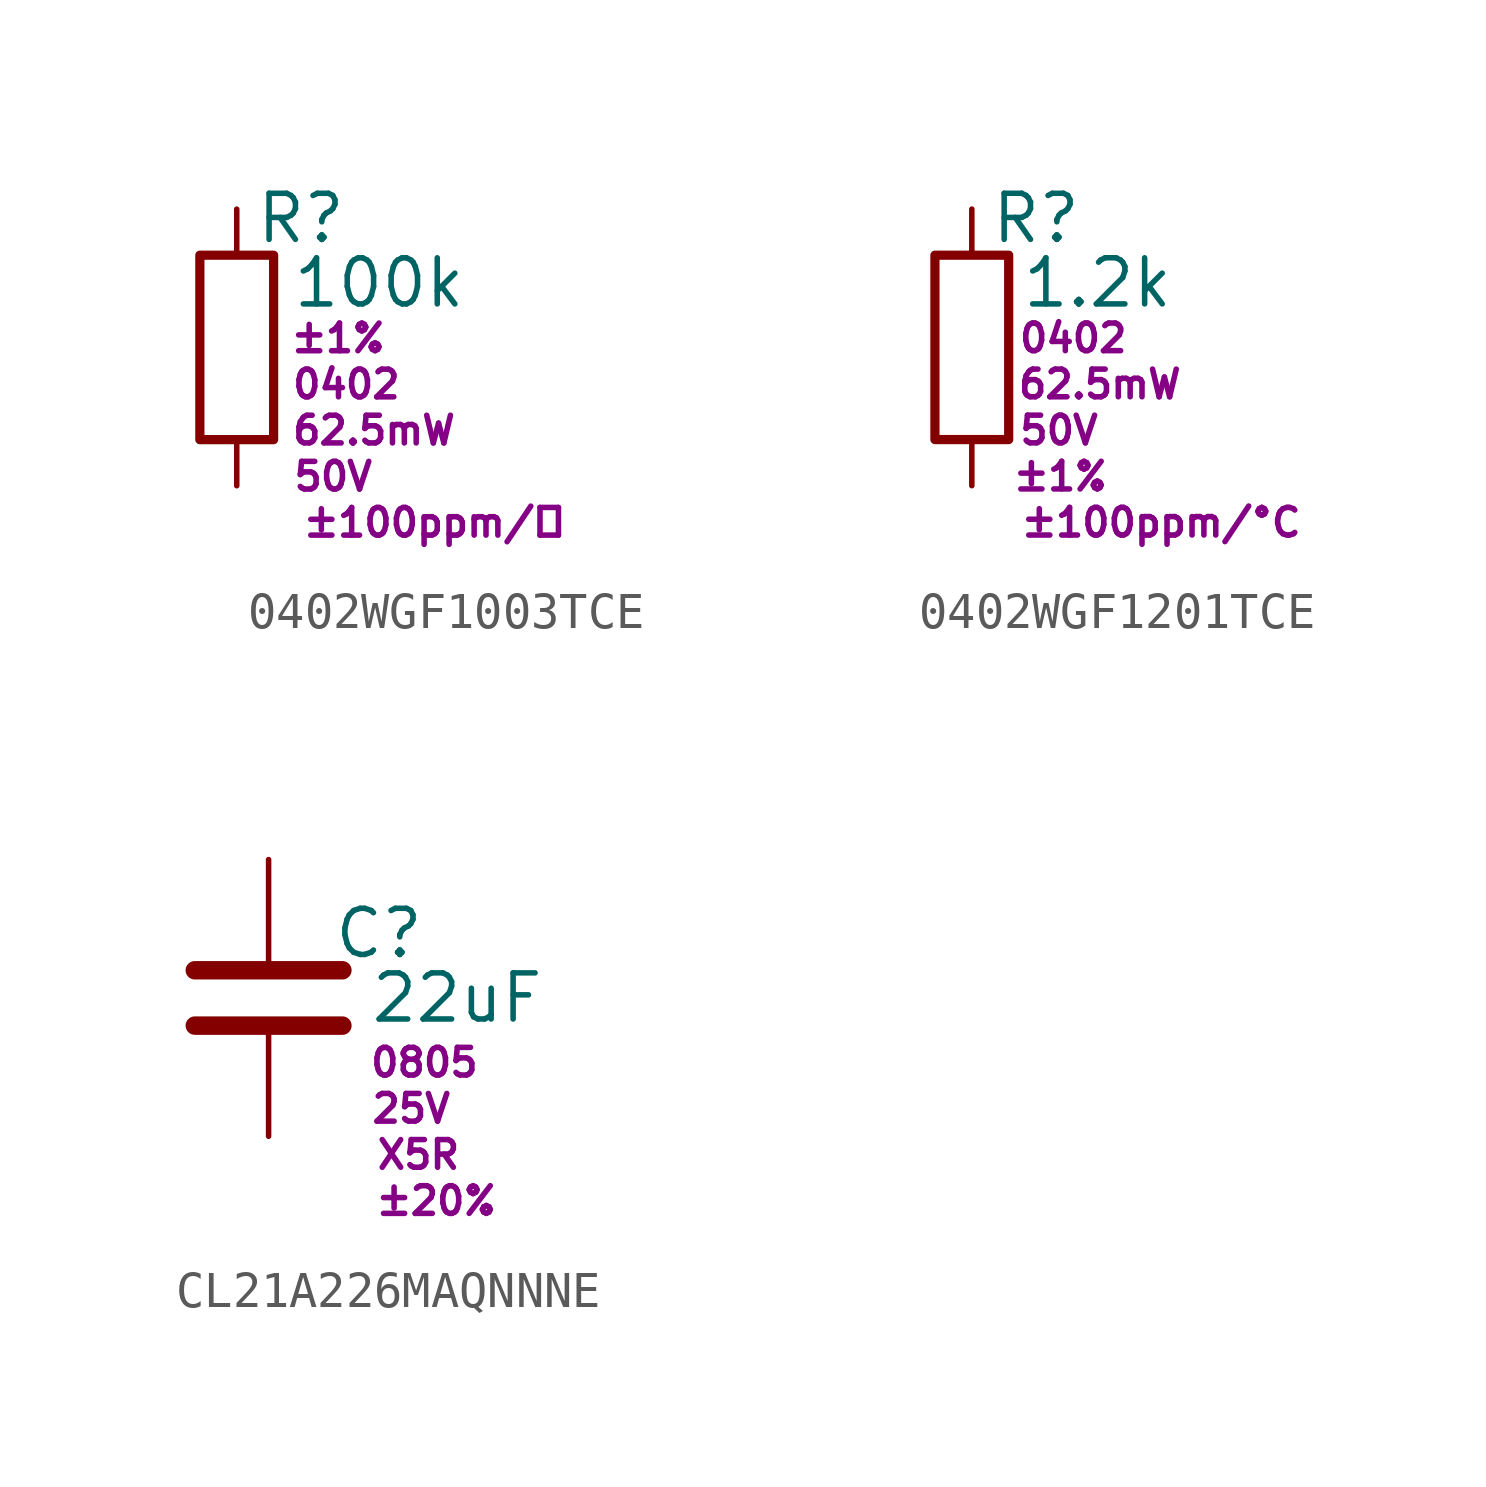
<source format=kicad_sym>
(kicad_symbol_lib
  (version 20220914)
  (generator kicad_symbol_editor)
  (symbol "0402WGF1003TCE"
    (pin_numbers hide)
    (pin_names
      (offset 0))
    (property "Reference" "R"
      (at 3.048 3.556 0)
      (effects (font (size 1.27 1.27)) (justify right)))
    (property "Value" "100k"
      (at 6.35 1.778 0)
      (effects (font (size 1.27 1.27)) (justify right)))
    (property "TOL" "±1%"
      (at 2.794 0.254 0)
      (effects (font (size 0.762 0.762))))
    (property "Package" "0402"
      (at 4.572 -1.016 0)
      (effects (font (size 0.762 0.762)) (justify right)))
    (property "Power" "62.5mW"
      (at 6.096 -2.286 0)
      (effects (font (size 0.762 0.762)) (justify right)))
    (property "Voltage" "50V"
      (at 3.81 -3.556 0)
      (effects (font (size 0.762 0.762)) (justify right)))
    (property "TCR" "±100ppm/℃"
      (at 9.144 -4.826 0)
      (effects (font (size 0.762 0.762)) (justify right)))
    (property "Assembly" ""
      (at 12.7 3.81 0)
      (effects (font (size 1.27 1.27)) (justify right)))
    (symbol "0402WGF1003TCE_0_1"
      (rectangle (start -1.016 2.54) (end 1.016 -2.54) (stroke (width 0.254) (type default)) (fill (type none))))
    (symbol "0402WGF1003TCE_1_1"
      (pin passive line (at 0 3.81 270) (length 1.27) (name "~" (effects (font (size 1.27 1.27)))) (number "1" (effects (font (size 1.27 1.27)))))
      (pin passive line (at 0 -3.81 90) (length 1.27) (name "~" (effects (font (size 1.27 1.27)))) (number "2" (effects (font (size 1.27 1.27)))))))
  (symbol "0402WGF1201TCE"
    (pin_numbers hide)
    (pin_names
      (offset 0))
    (property "Reference" "R"
      (at 3.048 3.556 0)
      (effects (font (size 1.27 1.27)) (justify right)))
    (property "Value" "1.2k"
      (at 5.588 1.778 0)
      (effects (font (size 1.27 1.27)) (justify right)))
    (property "Package" "0402"
      (at 2.794 0.254 0)
      (effects (font (size 0.762 0.762))))
    (property "Power" "62.5mW"
      (at 5.842 -1.016 0)
      (effects (font (size 0.762 0.762)) (justify right)))
    (property "Voltage" "50V"
      (at 3.556 -2.286 0)
      (effects (font (size 0.762 0.762)) (justify right)))
    (property "TOL" "±1%"
      (at 3.81 -3.556 0)
      (effects (font (size 0.762 0.762)) (justify right)))
    (property "TCR" "±100ppm/°C"
      (at 9.144 -4.826 0)
      (effects (font (size 0.762 0.762)) (justify right)))
    (property "Assembly" ""
      (at 8.636 3.556 0)
      (effects (font (size 1.27 1.27)) (justify right)))
    (symbol "0402WGF1201TCE_0_1"
      (rectangle (start -1.016 2.54) (end 1.016 -2.54) (stroke (width 0.254) (type default)) (fill (type none))))
    (symbol "0402WGF1201TCE_1_1"
      (pin passive line (at 0 3.81 270) (length 1.27) (name "~" (effects (font (size 1.27 1.27)))) (number "1" (effects (font (size 1.27 1.27)))))
      (pin passive line (at 0 -3.81 90) (length 1.27) (name "~" (effects (font (size 1.27 1.27)))) (number "2" (effects (font (size 1.27 1.27)))))))
  (symbol "CL21A226MAQNNNE"
    (pin_numbers hide)
    (pin_names
      (offset 0.254))
    (property "Reference" "C"
      (at 4.318 1.778 0)
      (effects (font (size 1.27 1.27)) (justify right)))
    (property "Value" "22uF"
      (at 7.62 0 0)
      (effects (font (size 1.27 1.27)) (justify right)))
    (property "Package" "0805"
      (at 5.842 -1.778 0)
      (effects (font (size 0.762 0.762)) (justify right)))
    (property "Voltage" "25V"
      (at 5.08 -3.048 0)
      (effects (font (size 0.762 0.762)) (justify right)))
    (property "Type" "X5R"
      (at 5.334 -4.318 0)
      (effects (font (size 0.762 0.762)) (justify right)))
    (property "Tolerance" "±20%"
      (at 6.35 -5.588 0)
      (effects (font (size 0.762 0.762)) (justify right)))
    (property "Assembly" ""
      (at 8.89 1.27 0)
      (effects (font (size 1.27 1.27)) (justify right)))
    (symbol "CL21A226MAQNNNE_0_1"
      (polyline (pts (xy -2.032 -0.762) (xy 2.032 -0.762)) (stroke (width 0.508) (type default)) (fill (type none)))
      (polyline (pts (xy -2.032 0.762) (xy 2.032 0.762)) (stroke (width 0.508) (type default)) (fill (type none))))
    (symbol "CL21A226MAQNNNE_1_1"
      (pin passive line (at 0 3.81 270) (length 2.794) (name "~" (effects (font (size 1.27 1.27)))) (number "1" (effects (font (size 1.27 1.27)))))
      (pin passive line (at 0 -3.81 90) (length 2.794) (name "~" (effects (font (size 1.27 1.27)))) (number "2" (effects (font (size 1.27 1.27))))))))
</source>
